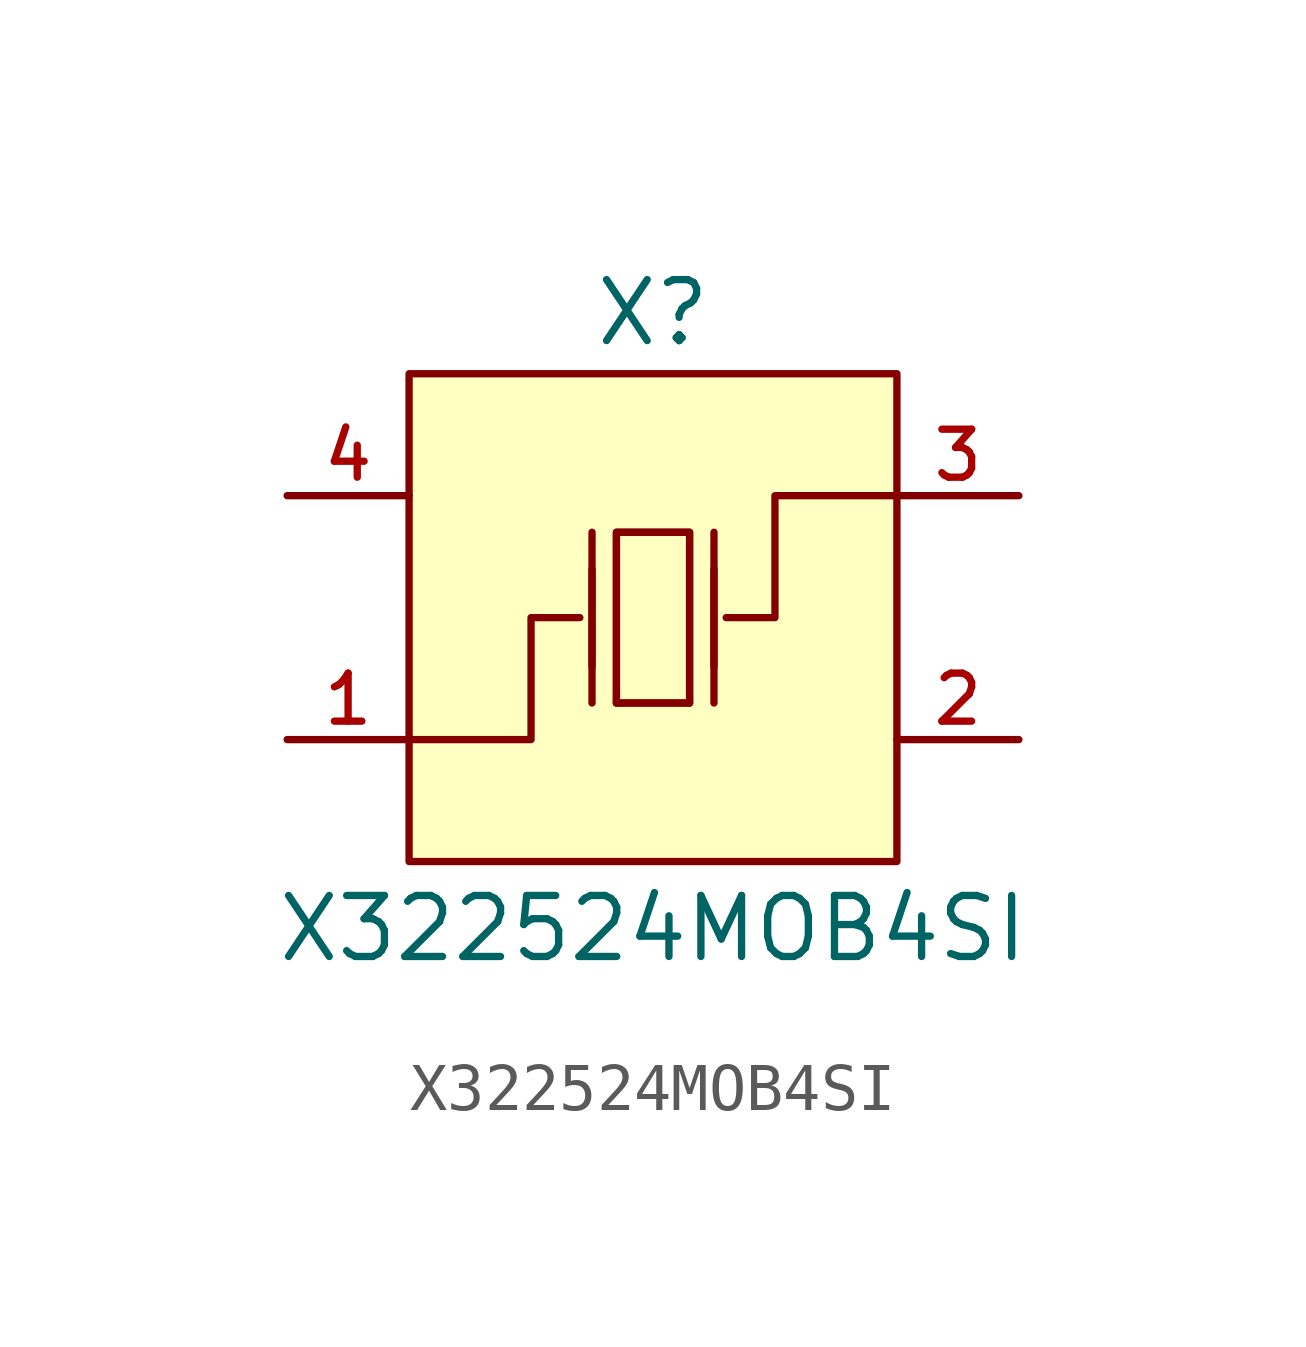
<source format=kicad_sym>
(kicad_symbol_lib
  (version 20220914)
  (generator kicad_symbol_editor)
  (symbol "X322524MOB4SI"
    (pin_names hide)
    (property "Reference" "X"
      (at 0 6.35 0)
      (effects (font (size 1.27 1.27))))
    (property "Value" "X322524MOB4SI"
      (at 0 -6.477 0)
      (effects (font (size 1.27 1.27))))
    (symbol "X322524MOB4SI_0_1"
      (rectangle (start -5.08 5.08) (end 5.08 -5.08) (stroke (width 0) (type default)) (fill (type background)))
      (polyline (pts (xy -1.27 -1.778) (xy -1.27 1.778)) (stroke (width 0) (type default)) (fill (type none)))
      (polyline (pts (xy -1.27 -1.016) (xy -1.27 1.016)) (stroke (width 0) (type default)) (fill (type none)))
      (polyline (pts (xy 0.762 -1.778) (xy -0.762 -1.778)) (stroke (width 0) (type default)) (fill (type none)))
      (polyline (pts (xy 1.27 -1.778) (xy 1.27 1.778)) (stroke (width 0) (type default)) (fill (type none)))
      (polyline (pts (xy 1.27 -1.016) (xy 1.27 1.016)) (stroke (width 0) (type default)) (fill (type none)))
      (polyline (pts (xy -5.08 -2.54) (xy -2.54 -2.54) (xy -2.54 0) (xy -1.524 0)) (stroke (width 0) (type default)) (fill (type none)))
      (polyline (pts (xy -0.762 -1.778) (xy -0.762 1.778) (xy 0.762 1.778) (xy 0.762 -1.778)) (stroke (width 0) (type default)) (fill (type none)))
      (polyline (pts (xy 5.08 2.54) (xy 2.54 2.54) (xy 2.54 0) (xy 1.524 0)) (stroke (width 0) (type default)) (fill (type none)))
      (polyline (pts (xy 0.762 1.778) (xy 0.762 -1.778) (xy -0.762 -1.778) (xy -0.762 1.778) (xy 0.762 1.778)) (stroke (width 0) (type default)) (fill (type none)))
      (pin unspecified line (at -7.62 -2.54 0) (length 2.54) (name "OSC1" (effects (font (size 1 1)))) (number "1" (effects (font (size 1 1)))))
      (pin unspecified line (at 7.62 -2.54 180) (length 2.54) (name "GND" (effects (font (size 1 1)))) (number "2" (effects (font (size 1 1)))))
      (pin unspecified line (at 7.62 2.54 180) (length 2.54) (name "OSC2" (effects (font (size 1 1)))) (number "3" (effects (font (size 1 1)))))
      (pin unspecified line (at -7.62 2.54 0) (length 2.54) (name "GND" (effects (font (size 1 1)))) (number "4" (effects (font (size 1 1))))))))
</source>
